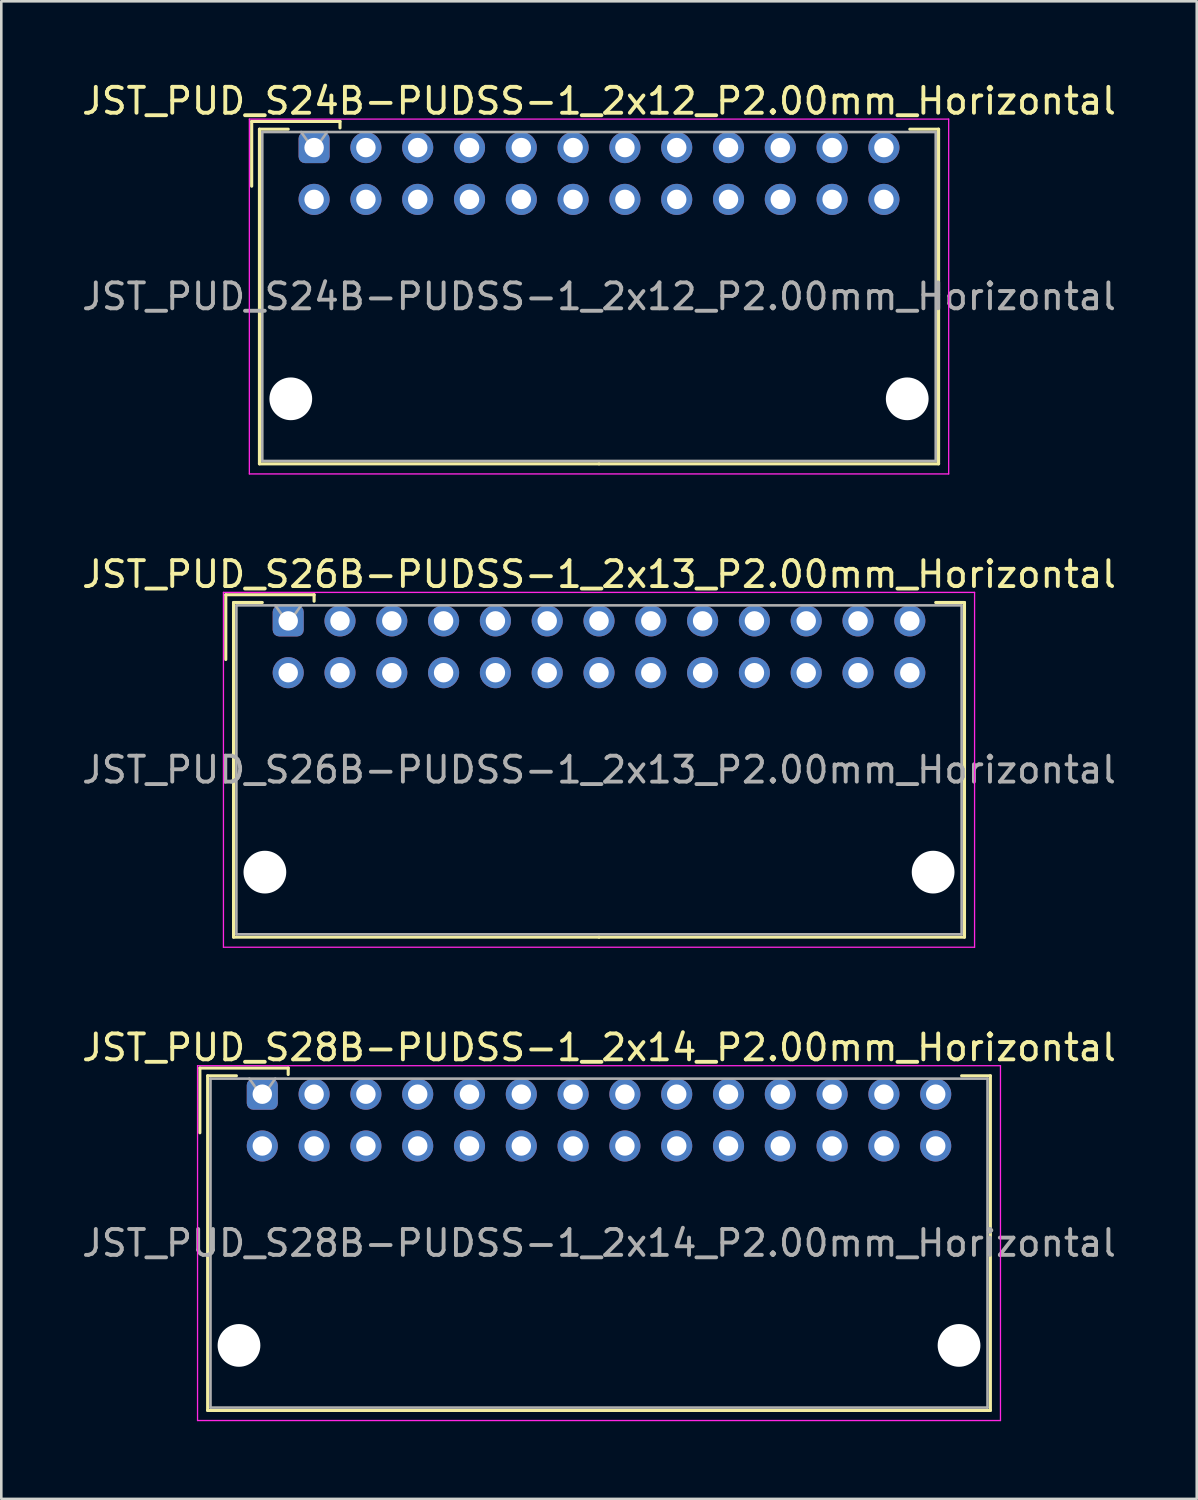
<source format=kicad_pcb>
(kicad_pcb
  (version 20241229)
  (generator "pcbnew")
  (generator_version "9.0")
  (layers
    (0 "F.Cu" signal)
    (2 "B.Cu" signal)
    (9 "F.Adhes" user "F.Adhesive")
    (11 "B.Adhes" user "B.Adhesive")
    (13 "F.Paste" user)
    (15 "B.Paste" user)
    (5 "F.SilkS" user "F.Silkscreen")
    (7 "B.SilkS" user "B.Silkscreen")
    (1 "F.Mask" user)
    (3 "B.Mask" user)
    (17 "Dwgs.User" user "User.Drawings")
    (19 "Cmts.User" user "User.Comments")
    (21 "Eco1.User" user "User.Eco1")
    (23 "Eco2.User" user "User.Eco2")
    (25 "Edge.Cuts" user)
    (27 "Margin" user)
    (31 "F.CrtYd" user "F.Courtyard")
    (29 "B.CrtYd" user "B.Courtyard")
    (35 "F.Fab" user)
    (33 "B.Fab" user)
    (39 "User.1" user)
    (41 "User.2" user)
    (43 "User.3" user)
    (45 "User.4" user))
  (footprint "JST_PUD_S28B-PUDSS-1_2x14_P2.00mm_Horizontal"
    (layer "F.Cu")
    (at 7.077 39.195)
    (property "Reference" "JST_PUD_S28B-PUDSS-1_2x14_P2.00mm_Horizontal" (at 13 -1.8 0) (layer "F.SilkS") (effects (font (size 1 1) (thickness 0.15))))
    (attr through_hole)
    (fp_line (start -2.41 -1.01) (end -2.41 1.49) (stroke (width 0.12) (type solid)) (layer "F.SilkS"))
    (fp_line (start -2.11 -0.71) (end -2.11 12.21) (stroke (width 0.12) (type solid)) (layer "F.SilkS"))
    (fp_line (start -2.11 12.21) (end 13 12.21) (stroke (width 0.12) (type solid)) (layer "F.SilkS"))
    (fp_line (start -1 -0.71) (end -2.11 -0.71) (stroke (width 0.12) (type solid)) (layer "F.SilkS"))
    (fp_line (start 1 -1.01) (end -2.41 -1.01) (stroke (width 0.12) (type solid)) (layer "F.SilkS"))
    (fp_line (start 1 -0.76) (end 1 -1.01) (stroke (width 0.12) (type solid)) (layer "F.SilkS"))
    (fp_line (start 27 -0.71) (end 28.11 -0.71) (stroke (width 0.12) (type solid)) (layer "F.SilkS"))
    (fp_line (start 28.11 -0.71) (end 28.11 12.21) (stroke (width 0.12) (type solid)) (layer "F.SilkS"))
    (fp_line (start 28.11 12.21) (end 13 12.21) (stroke (width 0.12) (type solid)) (layer "F.SilkS"))
    (fp_line (start -2.5 -1.1) (end -2.5 12.6) (stroke (width 0.05) (type solid)) (layer "F.CrtYd"))
    (fp_line (start -2.5 12.6) (end 28.5 12.6) (stroke (width 0.05) (type solid)) (layer "F.CrtYd"))
    (fp_line (start 28.5 -1.1) (end -2.5 -1.1) (stroke (width 0.05) (type solid)) (layer "F.CrtYd"))
    (fp_line (start 28.5 12.6) (end 28.5 -1.1) (stroke (width 0.05) (type solid)) (layer "F.CrtYd"))
    (fp_line (start -2 -0.6) (end -2 12.1) (stroke (width 0.1) (type solid)) (layer "F.Fab"))
    (fp_line (start -2 12.1) (end 28 12.1) (stroke (width 0.1) (type solid)) (layer "F.Fab"))
    (fp_line (start 0 0.107) (end -0.5 -0.6) (stroke (width 0.1) (type solid)) (layer "F.Fab"))
    (fp_line (start 0.5 -0.6) (end 0 0.107) (stroke (width 0.1) (type solid)) (layer "F.Fab"))
    (fp_line (start 28 -0.6) (end -2 -0.6) (stroke (width 0.1) (type solid)) (layer "F.Fab"))
    (fp_line (start 28 12.1) (end 28 -0.6) (stroke (width 0.1) (type solid)) (layer "F.Fab"))
    (fp_text user "${REFERENCE}" (at 13 5.75 0) (layer "F.Fab") (effects (font (size 1 1) (thickness 0.15))))
    (pad "" np_thru_hole circle (at -0.9 9.7) (size 1.65 1.65) (drill 1.65) (layers "*.Cu" "*.Mask"))
    (pad "" np_thru_hole circle (at 26.9 9.7) (size 1.65 1.65) (drill 1.65) (layers "*.Cu" "*.Mask"))
    (pad "1" thru_hole roundrect (at 0 0) (size 1.2 1.2) (drill 0.75) (layers "*.Cu" "*.Mask") (roundrect_rratio 0.208))
    (pad "2" thru_hole circle (at 0 2) (size 1.2 1.2) (drill 0.75) (layers "*.Cu" "*.Mask"))
    (pad "3" thru_hole circle (at 2 0) (size 1.2 1.2) (drill 0.75) (layers "*.Cu" "*.Mask"))
    (pad "4" thru_hole circle (at 2 2) (size 1.2 1.2) (drill 0.75) (layers "*.Cu" "*.Mask"))
    (pad "5" thru_hole circle (at 4 0) (size 1.2 1.2) (drill 0.75) (layers "*.Cu" "*.Mask"))
    (pad "6" thru_hole circle (at 4 2) (size 1.2 1.2) (drill 0.75) (layers "*.Cu" "*.Mask"))
    (pad "7" thru_hole circle (at 6 0) (size 1.2 1.2) (drill 0.75) (layers "*.Cu" "*.Mask"))
    (pad "8" thru_hole circle (at 6 2) (size 1.2 1.2) (drill 0.75) (layers "*.Cu" "*.Mask"))
    (pad "9" thru_hole circle (at 8 0) (size 1.2 1.2) (drill 0.75) (layers "*.Cu" "*.Mask"))
    (pad "10" thru_hole circle (at 8 2) (size 1.2 1.2) (drill 0.75) (layers "*.Cu" "*.Mask"))
    (pad "11" thru_hole circle (at 10 0) (size 1.2 1.2) (drill 0.75) (layers "*.Cu" "*.Mask"))
    (pad "12" thru_hole circle (at 10 2) (size 1.2 1.2) (drill 0.75) (layers "*.Cu" "*.Mask"))
    (pad "13" thru_hole circle (at 12 0) (size 1.2 1.2) (drill 0.75) (layers "*.Cu" "*.Mask"))
    (pad "14" thru_hole circle (at 12 2) (size 1.2 1.2) (drill 0.75) (layers "*.Cu" "*.Mask"))
    (pad "15" thru_hole circle (at 14 0) (size 1.2 1.2) (drill 0.75) (layers "*.Cu" "*.Mask"))
    (pad "16" thru_hole circle (at 14 2) (size 1.2 1.2) (drill 0.75) (layers "*.Cu" "*.Mask"))
    (pad "17" thru_hole circle (at 16 0) (size 1.2 1.2) (drill 0.75) (layers "*.Cu" "*.Mask"))
    (pad "18" thru_hole circle (at 16 2) (size 1.2 1.2) (drill 0.75) (layers "*.Cu" "*.Mask"))
    (pad "19" thru_hole circle (at 18 0) (size 1.2 1.2) (drill 0.75) (layers "*.Cu" "*.Mask"))
    (pad "20" thru_hole circle (at 18 2) (size 1.2 1.2) (drill 0.75) (layers "*.Cu" "*.Mask"))
    (pad "21" thru_hole circle (at 20 0) (size 1.2 1.2) (drill 0.75) (layers "*.Cu" "*.Mask"))
    (pad "22" thru_hole circle (at 20 2) (size 1.2 1.2) (drill 0.75) (layers "*.Cu" "*.Mask"))
    (pad "23" thru_hole circle (at 22 0) (size 1.2 1.2) (drill 0.75) (layers "*.Cu" "*.Mask"))
    (pad "24" thru_hole circle (at 22 2) (size 1.2 1.2) (drill 0.75) (layers "*.Cu" "*.Mask"))
    (pad "25" thru_hole circle (at 24 0) (size 1.2 1.2) (drill 0.75) (layers "*.Cu" "*.Mask"))
    (pad "26" thru_hole circle (at 24 2) (size 1.2 1.2) (drill 0.75) (layers "*.Cu" "*.Mask"))
    (pad "27" thru_hole circle (at 26 0) (size 1.2 1.2) (drill 0.75) (layers "*.Cu" "*.Mask"))
    (pad "28" thru_hole circle (at 26 2) (size 1.2 1.2) (drill 0.75) (layers "*.Cu" "*.Mask")))
  (footprint "JST_PUD_S26B-PUDSS-1_2x13_P2.00mm_Horizontal"
    (layer "F.Cu")
    (at 8.077 20.922)
    (property "Reference" "JST_PUD_S26B-PUDSS-1_2x13_P2.00mm_Horizontal" (at 12 -1.8 0) (layer "F.SilkS") (effects (font (size 1 1) (thickness 0.15))))
    (attr through_hole)
    (fp_line (start -2.41 -1.01) (end -2.41 1.49) (stroke (width 0.12) (type solid)) (layer "F.SilkS"))
    (fp_line (start -2.11 -0.71) (end -2.11 12.21) (stroke (width 0.12) (type solid)) (layer "F.SilkS"))
    (fp_line (start -2.11 12.21) (end 12 12.21) (stroke (width 0.12) (type solid)) (layer "F.SilkS"))
    (fp_line (start -1 -0.71) (end -2.11 -0.71) (stroke (width 0.12) (type solid)) (layer "F.SilkS"))
    (fp_line (start 1 -1.01) (end -2.41 -1.01) (stroke (width 0.12) (type solid)) (layer "F.SilkS"))
    (fp_line (start 1 -0.76) (end 1 -1.01) (stroke (width 0.12) (type solid)) (layer "F.SilkS"))
    (fp_line (start 25 -0.71) (end 26.11 -0.71) (stroke (width 0.12) (type solid)) (layer "F.SilkS"))
    (fp_line (start 26.11 -0.71) (end 26.11 12.21) (stroke (width 0.12) (type solid)) (layer "F.SilkS"))
    (fp_line (start 26.11 12.21) (end 12 12.21) (stroke (width 0.12) (type solid)) (layer "F.SilkS"))
    (fp_line (start -2.5 -1.1) (end -2.5 12.6) (stroke (width 0.05) (type solid)) (layer "F.CrtYd"))
    (fp_line (start -2.5 12.6) (end 26.5 12.6) (stroke (width 0.05) (type solid)) (layer "F.CrtYd"))
    (fp_line (start 26.5 -1.1) (end -2.5 -1.1) (stroke (width 0.05) (type solid)) (layer "F.CrtYd"))
    (fp_line (start 26.5 12.6) (end 26.5 -1.1) (stroke (width 0.05) (type solid)) (layer "F.CrtYd"))
    (fp_line (start -2 -0.6) (end -2 12.1) (stroke (width 0.1) (type solid)) (layer "F.Fab"))
    (fp_line (start -2 12.1) (end 26 12.1) (stroke (width 0.1) (type solid)) (layer "F.Fab"))
    (fp_line (start 0 0.107) (end -0.5 -0.6) (stroke (width 0.1) (type solid)) (layer "F.Fab"))
    (fp_line (start 0.5 -0.6) (end 0 0.107) (stroke (width 0.1) (type solid)) (layer "F.Fab"))
    (fp_line (start 26 -0.6) (end -2 -0.6) (stroke (width 0.1) (type solid)) (layer "F.Fab"))
    (fp_line (start 26 12.1) (end 26 -0.6) (stroke (width 0.1) (type solid)) (layer "F.Fab"))
    (fp_text user "${REFERENCE}" (at 12 5.75 0) (layer "F.Fab") (effects (font (size 1 1) (thickness 0.15))))
    (pad "" np_thru_hole circle (at -0.9 9.7) (size 1.65 1.65) (drill 1.65) (layers "*.Cu" "*.Mask"))
    (pad "" np_thru_hole circle (at 24.9 9.7) (size 1.65 1.65) (drill 1.65) (layers "*.Cu" "*.Mask"))
    (pad "1" thru_hole roundrect (at 0 0) (size 1.2 1.2) (drill 0.75) (layers "*.Cu" "*.Mask") (roundrect_rratio 0.208))
    (pad "2" thru_hole circle (at 0 2) (size 1.2 1.2) (drill 0.75) (layers "*.Cu" "*.Mask"))
    (pad "3" thru_hole circle (at 2 0) (size 1.2 1.2) (drill 0.75) (layers "*.Cu" "*.Mask"))
    (pad "4" thru_hole circle (at 2 2) (size 1.2 1.2) (drill 0.75) (layers "*.Cu" "*.Mask"))
    (pad "5" thru_hole circle (at 4 0) (size 1.2 1.2) (drill 0.75) (layers "*.Cu" "*.Mask"))
    (pad "6" thru_hole circle (at 4 2) (size 1.2 1.2) (drill 0.75) (layers "*.Cu" "*.Mask"))
    (pad "7" thru_hole circle (at 6 0) (size 1.2 1.2) (drill 0.75) (layers "*.Cu" "*.Mask"))
    (pad "8" thru_hole circle (at 6 2) (size 1.2 1.2) (drill 0.75) (layers "*.Cu" "*.Mask"))
    (pad "9" thru_hole circle (at 8 0) (size 1.2 1.2) (drill 0.75) (layers "*.Cu" "*.Mask"))
    (pad "10" thru_hole circle (at 8 2) (size 1.2 1.2) (drill 0.75) (layers "*.Cu" "*.Mask"))
    (pad "11" thru_hole circle (at 10 0) (size 1.2 1.2) (drill 0.75) (layers "*.Cu" "*.Mask"))
    (pad "12" thru_hole circle (at 10 2) (size 1.2 1.2) (drill 0.75) (layers "*.Cu" "*.Mask"))
    (pad "13" thru_hole circle (at 12 0) (size 1.2 1.2) (drill 0.75) (layers "*.Cu" "*.Mask"))
    (pad "14" thru_hole circle (at 12 2) (size 1.2 1.2) (drill 0.75) (layers "*.Cu" "*.Mask"))
    (pad "15" thru_hole circle (at 14 0) (size 1.2 1.2) (drill 0.75) (layers "*.Cu" "*.Mask"))
    (pad "16" thru_hole circle (at 14 2) (size 1.2 1.2) (drill 0.75) (layers "*.Cu" "*.Mask"))
    (pad "17" thru_hole circle (at 16 0) (size 1.2 1.2) (drill 0.75) (layers "*.Cu" "*.Mask"))
    (pad "18" thru_hole circle (at 16 2) (size 1.2 1.2) (drill 0.75) (layers "*.Cu" "*.Mask"))
    (pad "19" thru_hole circle (at 18 0) (size 1.2 1.2) (drill 0.75) (layers "*.Cu" "*.Mask"))
    (pad "20" thru_hole circle (at 18 2) (size 1.2 1.2) (drill 0.75) (layers "*.Cu" "*.Mask"))
    (pad "21" thru_hole circle (at 20 0) (size 1.2 1.2) (drill 0.75) (layers "*.Cu" "*.Mask"))
    (pad "22" thru_hole circle (at 20 2) (size 1.2 1.2) (drill 0.75) (layers "*.Cu" "*.Mask"))
    (pad "23" thru_hole circle (at 22 0) (size 1.2 1.2) (drill 0.75) (layers "*.Cu" "*.Mask"))
    (pad "24" thru_hole circle (at 22 2) (size 1.2 1.2) (drill 0.75) (layers "*.Cu" "*.Mask"))
    (pad "25" thru_hole circle (at 24 0) (size 1.2 1.2) (drill 0.75) (layers "*.Cu" "*.Mask"))
    (pad "26" thru_hole circle (at 24 2) (size 1.2 1.2) (drill 0.75) (layers "*.Cu" "*.Mask")))
  (footprint "JST_PUD_S24B-PUDSS-1_2x12_P2.00mm_Horizontal"
    (layer "F.Cu")
    (at 9.077 2.648)
    (property "Reference" "JST_PUD_S24B-PUDSS-1_2x12_P2.00mm_Horizontal" (at 11 -1.8 0) (layer "F.SilkS") (effects (font (size 1 1) (thickness 0.15))))
    (attr through_hole)
    (fp_line (start -2.41 -1.01) (end -2.41 1.49) (stroke (width 0.12) (type solid)) (layer "F.SilkS"))
    (fp_line (start -2.11 -0.71) (end -2.11 12.21) (stroke (width 0.12) (type solid)) (layer "F.SilkS"))
    (fp_line (start -2.11 12.21) (end 11 12.21) (stroke (width 0.12) (type solid)) (layer "F.SilkS"))
    (fp_line (start -1 -0.71) (end -2.11 -0.71) (stroke (width 0.12) (type solid)) (layer "F.SilkS"))
    (fp_line (start 1 -1.01) (end -2.41 -1.01) (stroke (width 0.12) (type solid)) (layer "F.SilkS"))
    (fp_line (start 1 -0.76) (end 1 -1.01) (stroke (width 0.12) (type solid)) (layer "F.SilkS"))
    (fp_line (start 23 -0.71) (end 24.11 -0.71) (stroke (width 0.12) (type solid)) (layer "F.SilkS"))
    (fp_line (start 24.11 -0.71) (end 24.11 12.21) (stroke (width 0.12) (type solid)) (layer "F.SilkS"))
    (fp_line (start 24.11 12.21) (end 11 12.21) (stroke (width 0.12) (type solid)) (layer "F.SilkS"))
    (fp_line (start -2.5 -1.1) (end -2.5 12.6) (stroke (width 0.05) (type solid)) (layer "F.CrtYd"))
    (fp_line (start -2.5 12.6) (end 24.5 12.6) (stroke (width 0.05) (type solid)) (layer "F.CrtYd"))
    (fp_line (start 24.5 -1.1) (end -2.5 -1.1) (stroke (width 0.05) (type solid)) (layer "F.CrtYd"))
    (fp_line (start 24.5 12.6) (end 24.5 -1.1) (stroke (width 0.05) (type solid)) (layer "F.CrtYd"))
    (fp_line (start -2 -0.6) (end -2 12.1) (stroke (width 0.1) (type solid)) (layer "F.Fab"))
    (fp_line (start -2 12.1) (end 24 12.1) (stroke (width 0.1) (type solid)) (layer "F.Fab"))
    (fp_line (start 0 0.107) (end -0.5 -0.6) (stroke (width 0.1) (type solid)) (layer "F.Fab"))
    (fp_line (start 0.5 -0.6) (end 0 0.107) (stroke (width 0.1) (type solid)) (layer "F.Fab"))
    (fp_line (start 24 -0.6) (end -2 -0.6) (stroke (width 0.1) (type solid)) (layer "F.Fab"))
    (fp_line (start 24 12.1) (end 24 -0.6) (stroke (width 0.1) (type solid)) (layer "F.Fab"))
    (fp_text user "${REFERENCE}" (at 11 5.75 0) (layer "F.Fab") (effects (font (size 1 1) (thickness 0.15))))
    (pad "" np_thru_hole circle (at -0.9 9.7) (size 1.65 1.65) (drill 1.65) (layers "*.Cu" "*.Mask"))
    (pad "" np_thru_hole circle (at 22.9 9.7) (size 1.65 1.65) (drill 1.65) (layers "*.Cu" "*.Mask"))
    (pad "1" thru_hole roundrect (at 0 0) (size 1.2 1.2) (drill 0.75) (layers "*.Cu" "*.Mask") (roundrect_rratio 0.208))
    (pad "2" thru_hole circle (at 0 2) (size 1.2 1.2) (drill 0.75) (layers "*.Cu" "*.Mask"))
    (pad "3" thru_hole circle (at 2 0) (size 1.2 1.2) (drill 0.75) (layers "*.Cu" "*.Mask"))
    (pad "4" thru_hole circle (at 2 2) (size 1.2 1.2) (drill 0.75) (layers "*.Cu" "*.Mask"))
    (pad "5" thru_hole circle (at 4 0) (size 1.2 1.2) (drill 0.75) (layers "*.Cu" "*.Mask"))
    (pad "6" thru_hole circle (at 4 2) (size 1.2 1.2) (drill 0.75) (layers "*.Cu" "*.Mask"))
    (pad "7" thru_hole circle (at 6 0) (size 1.2 1.2) (drill 0.75) (layers "*.Cu" "*.Mask"))
    (pad "8" thru_hole circle (at 6 2) (size 1.2 1.2) (drill 0.75) (layers "*.Cu" "*.Mask"))
    (pad "9" thru_hole circle (at 8 0) (size 1.2 1.2) (drill 0.75) (layers "*.Cu" "*.Mask"))
    (pad "10" thru_hole circle (at 8 2) (size 1.2 1.2) (drill 0.75) (layers "*.Cu" "*.Mask"))
    (pad "11" thru_hole circle (at 10 0) (size 1.2 1.2) (drill 0.75) (layers "*.Cu" "*.Mask"))
    (pad "12" thru_hole circle (at 10 2) (size 1.2 1.2) (drill 0.75) (layers "*.Cu" "*.Mask"))
    (pad "13" thru_hole circle (at 12 0) (size 1.2 1.2) (drill 0.75) (layers "*.Cu" "*.Mask"))
    (pad "14" thru_hole circle (at 12 2) (size 1.2 1.2) (drill 0.75) (layers "*.Cu" "*.Mask"))
    (pad "15" thru_hole circle (at 14 0) (size 1.2 1.2) (drill 0.75) (layers "*.Cu" "*.Mask"))
    (pad "16" thru_hole circle (at 14 2) (size 1.2 1.2) (drill 0.75) (layers "*.Cu" "*.Mask"))
    (pad "17" thru_hole circle (at 16 0) (size 1.2 1.2) (drill 0.75) (layers "*.Cu" "*.Mask"))
    (pad "18" thru_hole circle (at 16 2) (size 1.2 1.2) (drill 0.75) (layers "*.Cu" "*.Mask"))
    (pad "19" thru_hole circle (at 18 0) (size 1.2 1.2) (drill 0.75) (layers "*.Cu" "*.Mask"))
    (pad "20" thru_hole circle (at 18 2) (size 1.2 1.2) (drill 0.75) (layers "*.Cu" "*.Mask"))
    (pad "21" thru_hole circle (at 20 0) (size 1.2 1.2) (drill 0.75) (layers "*.Cu" "*.Mask"))
    (pad "22" thru_hole circle (at 20 2) (size 1.2 1.2) (drill 0.75) (layers "*.Cu" "*.Mask"))
    (pad "23" thru_hole circle (at 22 0) (size 1.2 1.2) (drill 0.75) (layers "*.Cu" "*.Mask"))
    (pad "24" thru_hole circle (at 22 2) (size 1.2 1.2) (drill 0.75) (layers "*.Cu" "*.Mask")))
  (gr_rect
    (start -3 -3)
    (end 43.155 54.82)
    (stroke (width 0.1) (type default))
    (fill no)
    (layer "Edge.Cuts")))
</source>
